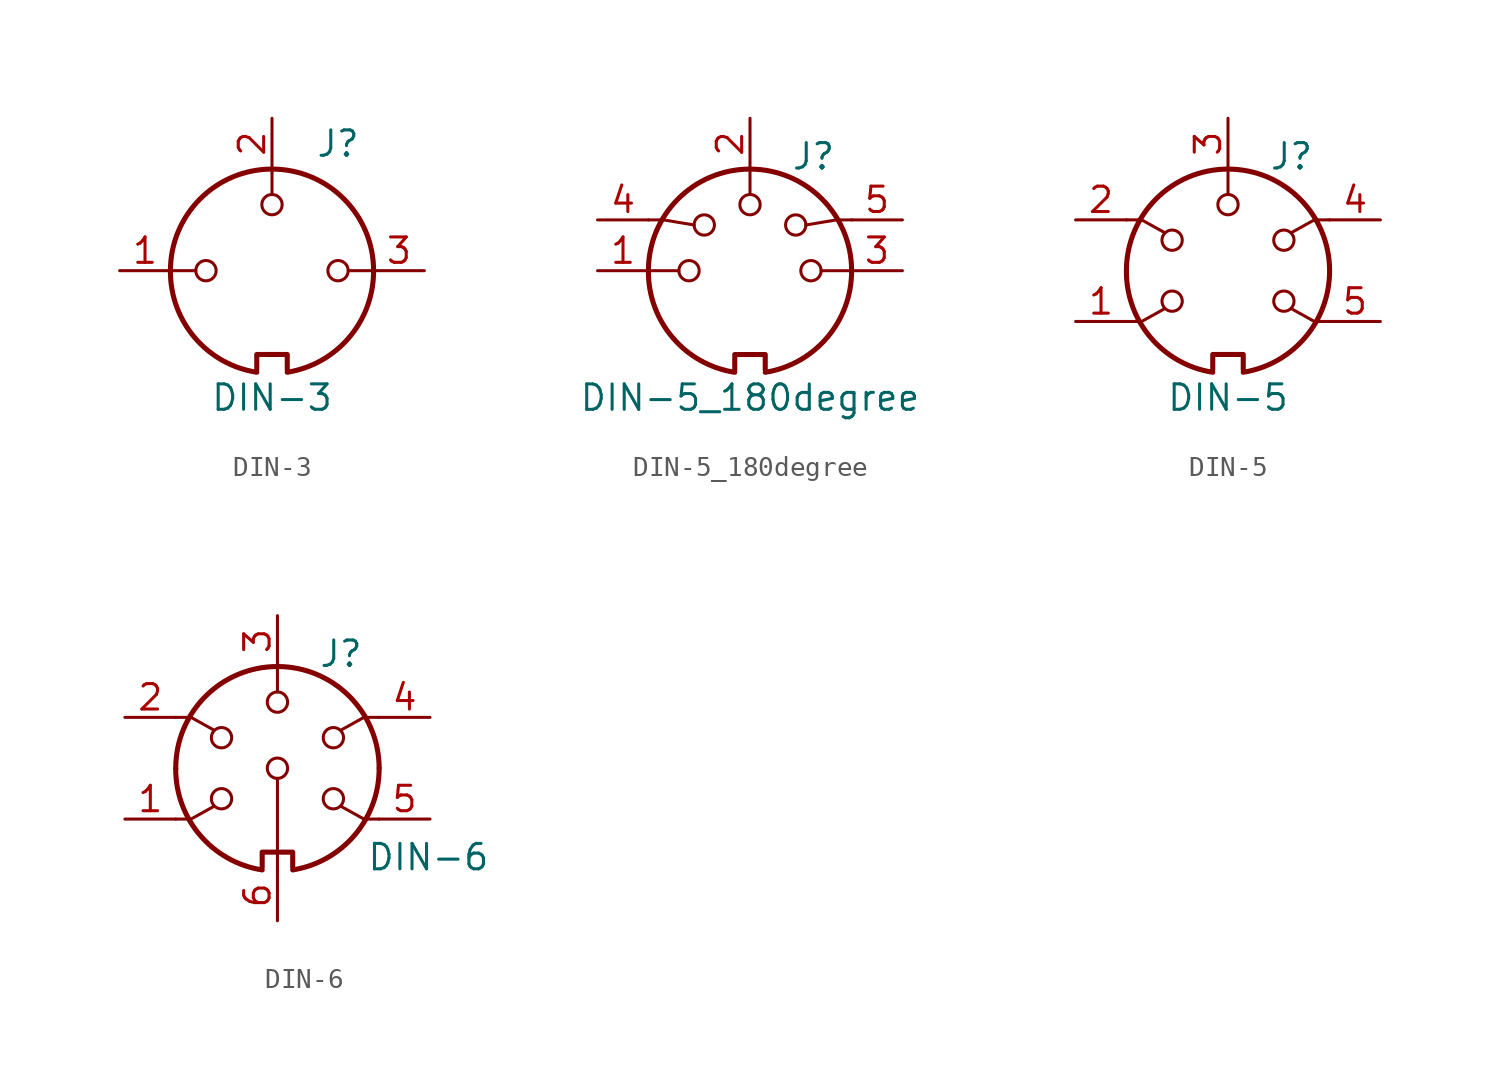
<source format=kicad_sym>
(kicad_symbol_lib
  (version 20201005)
  (generator kicad_symbol_editor)
  (symbol "Connector:DIN-3"
    (pin_names
      (offset 1.016))
    (property "Reference" "J"
      (at 3.302 6.35 0)
      (effects (font (size 1.27 1.27))))
    (property "Value" "DIN-3"
      (at 0 -6.35 0)
      (effects (font (size 1.27 1.27))))
    (symbol "DIN-3_0_1"
      (arc (start 0.762 -5.08) (end 5.08 0) (radius (at -0.0254 -0.0254) (length 5.1054) (angles -81.1 0.3)) (stroke (width 0.254)) (fill (type none)))
      (arc (start 5.08 0) (end -5.08 0) (radius (at 0 0) (length 5.08) (angles 0.1 179.9)) (stroke (width 0.254)) (fill (type none)))
      (arc (start -5.08 0) (end -0.762 -5.08) (radius (at 0.0254 -0.0254) (length 5.1054) (angles 179.7 -98.9)) (stroke (width 0.254)) (fill (type none)))
      (circle (center -3.302 0) (radius 0.508) (stroke (width 0)) (fill (type none)))
      (circle (center 0 3.302) (radius 0.508) (stroke (width 0)) (fill (type none)))
      (circle (center 3.302 0) (radius 0.508) (stroke (width 0)) (fill (type none)))
      (polyline (pts (xy -3.81 0) (xy -5.08 0)) (stroke (width 0)) (fill (type none)))
      (polyline (pts (xy 0 3.81) (xy 0 5.08)) (stroke (width 0)) (fill (type none)))
      (polyline (pts (xy 5.08 0) (xy 3.81 0)) (stroke (width 0)) (fill (type none)))
      (polyline (pts (xy -0.762 -4.953) (xy -0.762 -4.191) (xy 0.762 -4.191) (xy 0.762 -4.953)) (stroke (width 0.254)) (fill (type none))))
    (symbol "DIN-3_1_1"
      (pin passive line (at -7.62 0 0) (length 2.54) (name "~" (effects (font (size 1.27 1.27)))) (number "1" (effects (font (size 1.27 1.27)))))
      (pin passive line (at 0 7.62 270) (length 2.54) (name "~" (effects (font (size 1.27 1.27)))) (number "2" (effects (font (size 1.27 1.27)))))
      (pin passive line (at 7.62 0 180) (length 2.54) (name "~" (effects (font (size 1.27 1.27)))) (number "3" (effects (font (size 1.27 1.27)))))))
  (symbol "Connector:DIN-5_180degree"
    (pin_names
      (offset 1.016))
    (property "Reference" "J"
      (at 3.175 5.715 0)
      (effects (font (size 1.27 1.27))))
    (property "Value" "DIN-5_180degree"
      (at 0 -6.35 0)
      (effects (font (size 1.27 1.27))))
    (symbol "DIN-5_180degree_0_1"
      (arc (start 0.762 -5.08) (end 5.08 0) (radius (at -0.0254 -0.0254) (length 5.1054) (angles -81.1 0.3)) (stroke (width 0.254)) (fill (type none)))
      (arc (start 5.08 0) (end -5.08 0) (radius (at 0 0) (length 5.08) (angles 0.1 179.9)) (stroke (width 0.254)) (fill (type none)))
      (arc (start -5.08 0) (end -0.762 -5.08) (radius (at 0.0254 -0.0254) (length 5.1054) (angles 179.7 -98.9)) (stroke (width 0.254)) (fill (type none)))
      (circle (center -3.048 0) (radius 0.508) (stroke (width 0)) (fill (type none)))
      (circle (center -2.286 2.286) (radius 0.508) (stroke (width 0)) (fill (type none)))
      (circle (center 0 3.302) (radius 0.508) (stroke (width 0)) (fill (type none)))
      (circle (center 2.286 2.286) (radius 0.508) (stroke (width 0)) (fill (type none)))
      (circle (center 3.048 0) (radius 0.508) (stroke (width 0)) (fill (type none)))
      (polyline (pts (xy -5.08 0) (xy -3.556 0)) (stroke (width 0)) (fill (type none)))
      (polyline (pts (xy 0 5.08) (xy 0 3.81)) (stroke (width 0)) (fill (type none)))
      (polyline (pts (xy 5.08 0) (xy 3.556 0)) (stroke (width 0)) (fill (type none)))
      (polyline (pts (xy -5.08 2.54) (xy -4.318 2.54) (xy -2.794 2.286)) (stroke (width 0)) (fill (type none)))
      (polyline (pts (xy 5.08 2.54) (xy 4.318 2.54) (xy 2.794 2.286)) (stroke (width 0)) (fill (type none)))
      (polyline (pts (xy -0.762 -4.953) (xy -0.762 -4.191) (xy 0.762 -4.191) (xy 0.762 -4.953)) (stroke (width 0.254)) (fill (type none))))
    (symbol "DIN-5_180degree_1_1"
      (pin passive line (at -7.62 0 0) (length 2.54) (name "~" (effects (font (size 1.27 1.27)))) (number "1" (effects (font (size 1.27 1.27)))))
      (pin passive line (at 0 7.62 270) (length 2.54) (name "~" (effects (font (size 1.27 1.27)))) (number "2" (effects (font (size 1.27 1.27)))))
      (pin passive line (at 7.62 0 180) (length 2.54) (name "~" (effects (font (size 1.27 1.27)))) (number "3" (effects (font (size 1.27 1.27)))))
      (pin passive line (at -7.62 2.54 0) (length 2.54) (name "~" (effects (font (size 1.27 1.27)))) (number "4" (effects (font (size 1.27 1.27)))))
      (pin passive line (at 7.62 2.54 180) (length 2.54) (name "~" (effects (font (size 1.27 1.27)))) (number "5" (effects (font (size 1.27 1.27)))))))
  (symbol "Connector:DIN-5"
    (pin_names
      (offset 1.016))
    (property "Reference" "J"
      (at 3.175 5.715 0)
      (effects (font (size 1.27 1.27))))
    (property "Value" "DIN-5"
      (at 0 -6.35 0)
      (effects (font (size 1.27 1.27))))
    (symbol "DIN-5_0_1"
      (arc (start 0.762 -5.08) (end 5.08 0) (radius (at -0.0254 -0.0254) (length 5.1054) (angles -81.1 0.3)) (stroke (width 0.254)) (fill (type none)))
      (arc (start 5.08 0) (end -5.08 0) (radius (at 0 0) (length 5.08) (angles 0.1 179.9)) (stroke (width 0.254)) (fill (type none)))
      (arc (start -5.08 0) (end -0.762 -5.08) (radius (at 0.0254 -0.0254) (length 5.1054) (angles 179.7 -98.9)) (stroke (width 0.254)) (fill (type none)))
      (circle (center -2.794 -1.524) (radius 0.508) (stroke (width 0)) (fill (type none)))
      (circle (center -2.794 1.524) (radius 0.508) (stroke (width 0)) (fill (type none)))
      (circle (center 0 3.302) (radius 0.508) (stroke (width 0)) (fill (type none)))
      (circle (center 2.794 -1.524) (radius 0.508) (stroke (width 0)) (fill (type none)))
      (circle (center 2.794 1.524) (radius 0.508) (stroke (width 0)) (fill (type none)))
      (polyline (pts (xy 0 5.08) (xy 0 3.81)) (stroke (width 0)) (fill (type none)))
      (polyline (pts (xy -5.08 -2.54) (xy -4.318 -2.54) (xy -3.175 -1.905)) (stroke (width 0)) (fill (type none)))
      (polyline (pts (xy -5.08 2.54) (xy -4.318 2.54) (xy -3.175 1.905)) (stroke (width 0)) (fill (type none)))
      (polyline (pts (xy 5.08 -2.54) (xy 4.318 -2.54) (xy 3.175 -1.905)) (stroke (width 0)) (fill (type none)))
      (polyline (pts (xy 5.08 2.54) (xy 4.318 2.54) (xy 3.175 1.905)) (stroke (width 0)) (fill (type none)))
      (polyline (pts (xy -0.762 -4.953) (xy -0.762 -4.191) (xy 0.762 -4.191) (xy 0.762 -4.953)) (stroke (width 0.254)) (fill (type none))))
    (symbol "DIN-5_1_1"
      (pin passive line (at -7.62 -2.54 0) (length 2.54) (name "~" (effects (font (size 1.27 1.27)))) (number "1" (effects (font (size 1.27 1.27)))))
      (pin passive line (at -7.62 2.54 0) (length 2.54) (name "~" (effects (font (size 1.27 1.27)))) (number "2" (effects (font (size 1.27 1.27)))))
      (pin passive line (at 0 7.62 270) (length 2.54) (name "~" (effects (font (size 1.27 1.27)))) (number "3" (effects (font (size 1.27 1.27)))))
      (pin passive line (at 7.62 2.54 180) (length 2.54) (name "~" (effects (font (size 1.27 1.27)))) (number "4" (effects (font (size 1.27 1.27)))))
      (pin passive line (at 7.62 -2.54 180) (length 2.54) (name "~" (effects (font (size 1.27 1.27)))) (number "5" (effects (font (size 1.27 1.27)))))))
  (symbol "Connector:DIN-6"
    (pin_names
      (offset 1.016))
    (property "Reference" "J"
      (at 3.175 5.715 0)
      (effects (font (size 1.27 1.27))))
    (property "Value" "DIN-6"
      (at 4.445 -4.445 0)
      (effects (font (size 1.27 1.27)) (justify left)))
    (symbol "DIN-6_0_1"
      (arc (start 0.762 -5.08) (end 5.08 0) (radius (at -0.0254 -0.0254) (length 5.1054) (angles -81.1 0.3)) (stroke (width 0.254)) (fill (type none)))
      (arc (start 5.08 0) (end -5.08 0) (radius (at 0 0) (length 5.08) (angles 0.1 179.9)) (stroke (width 0.254)) (fill (type none)))
      (arc (start -5.08 0) (end -0.762 -5.08) (radius (at 0.0254 -0.0254) (length 5.1054) (angles 179.7 -98.9)) (stroke (width 0.254)) (fill (type none)))
      (circle (center -2.794 -1.524) (radius 0.508) (stroke (width 0)) (fill (type none)))
      (circle (center -2.794 1.524) (radius 0.508) (stroke (width 0)) (fill (type none)))
      (circle (center 0 0) (radius 0.508) (stroke (width 0)) (fill (type none)))
      (circle (center 0 3.302) (radius 0.508) (stroke (width 0)) (fill (type none)))
      (circle (center 2.794 -1.524) (radius 0.508) (stroke (width 0)) (fill (type none)))
      (circle (center 2.794 1.524) (radius 0.508) (stroke (width 0)) (fill (type none)))
      (polyline (pts (xy 0 -5.08) (xy 0 -0.508)) (stroke (width 0)) (fill (type none)))
      (polyline (pts (xy 0 5.08) (xy 0 3.81)) (stroke (width 0)) (fill (type none)))
      (polyline (pts (xy -5.08 -2.54) (xy -4.318 -2.54) (xy -3.175 -1.905)) (stroke (width 0)) (fill (type none)))
      (polyline (pts (xy -5.08 2.54) (xy -4.318 2.54) (xy -3.175 1.905)) (stroke (width 0)) (fill (type none)))
      (polyline (pts (xy 5.08 -2.54) (xy 4.318 -2.54) (xy 3.175 -1.905)) (stroke (width 0)) (fill (type none)))
      (polyline (pts (xy 5.08 2.54) (xy 4.318 2.54) (xy 3.175 1.905)) (stroke (width 0)) (fill (type none)))
      (polyline (pts (xy -0.762 -4.953) (xy -0.762 -4.191) (xy 0.762 -4.191) (xy 0.762 -4.953)) (stroke (width 0.254)) (fill (type none))))
    (symbol "DIN-6_1_1"
      (pin passive line (at -7.62 -2.54 0) (length 2.54) (name "~" (effects (font (size 1.27 1.27)))) (number "1" (effects (font (size 1.27 1.27)))))
      (pin passive line (at -7.62 2.54 0) (length 2.54) (name "~" (effects (font (size 1.27 1.27)))) (number "2" (effects (font (size 1.27 1.27)))))
      (pin passive line (at 0 7.62 270) (length 2.54) (name "~" (effects (font (size 1.27 1.27)))) (number "3" (effects (font (size 1.27 1.27)))))
      (pin passive line (at 7.62 2.54 180) (length 2.54) (name "~" (effects (font (size 1.27 1.27)))) (number "4" (effects (font (size 1.27 1.27)))))
      (pin passive line (at 7.62 -2.54 180) (length 2.54) (name "~" (effects (font (size 1.27 1.27)))) (number "5" (effects (font (size 1.27 1.27)))))
      (pin passive line (at 0 -7.62 90) (length 2.54) (name "~" (effects (font (size 1.27 1.27)))) (number "6" (effects (font (size 1.27 1.27))))))))
</source>
